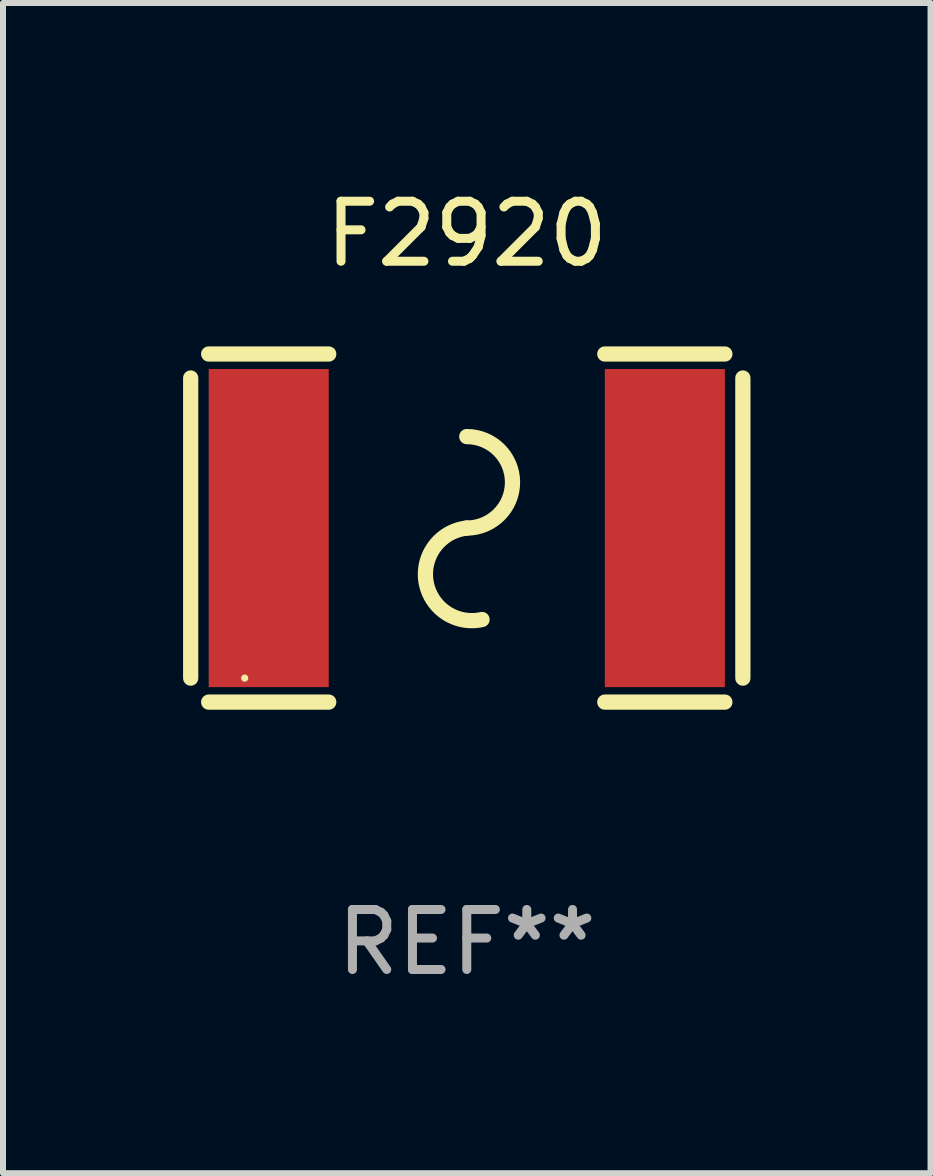
<source format=kicad_pcb>
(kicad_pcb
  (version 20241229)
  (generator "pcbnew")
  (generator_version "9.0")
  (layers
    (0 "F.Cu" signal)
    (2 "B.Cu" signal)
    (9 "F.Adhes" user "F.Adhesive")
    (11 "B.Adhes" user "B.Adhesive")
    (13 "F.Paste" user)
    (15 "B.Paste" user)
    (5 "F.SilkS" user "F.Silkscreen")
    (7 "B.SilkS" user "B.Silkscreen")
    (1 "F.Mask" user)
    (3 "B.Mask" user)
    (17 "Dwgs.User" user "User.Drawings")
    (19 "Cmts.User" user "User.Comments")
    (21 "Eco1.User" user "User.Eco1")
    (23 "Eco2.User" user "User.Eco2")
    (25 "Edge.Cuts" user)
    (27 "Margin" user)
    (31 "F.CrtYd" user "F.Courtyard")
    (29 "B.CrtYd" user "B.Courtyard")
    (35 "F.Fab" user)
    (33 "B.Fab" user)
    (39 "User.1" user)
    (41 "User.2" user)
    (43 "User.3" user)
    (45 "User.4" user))
  (footprint "F2920"
    (layer "F.Cu")
    (at 4.727 5.748)
    (property "Reference" "F2920" (at 0 -4.9 0) (layer "F.SilkS") (effects (font (size 1 1) (thickness 0.15))))
    (attr through_hole)
    (fp_line (start -4.6 -2.5) (end -4.6 2.5) (stroke (width 0.254) (type solid)) (layer "F.SilkS"))
    (fp_line (start -4.3 -2.9) (end -2.3 -2.9) (stroke (width 0.254) (type solid)) (layer "F.SilkS"))
    (fp_line (start -4.3 2.9) (end -2.3 2.9) (stroke (width 0.254) (type solid)) (layer "F.SilkS"))
    (fp_line (start 2.3 -2.9) (end 4.3 -2.9) (stroke (width 0.254) (type solid)) (layer "F.SilkS"))
    (fp_line (start 2.3 2.9) (end 4.3 2.9) (stroke (width 0.254) (type solid)) (layer "F.SilkS"))
    (fp_line (start 4.6 -2.5) (end 4.6 2.5) (stroke (width 0.254) (type solid)) (layer "F.SilkS"))
    (fp_arc (start 0 -1.524003) (mid 0.762001 -0.762002) (end 0 -0.000001) (stroke (width 0.254001) (type solid)) (layer "F.SilkS"))
    (fp_arc (start 0.254001 1.524003) (mid -0.678193 0.896061) (end 0.000273 -0.000031) (stroke (width 0.254001) (type solid)) (layer "F.SilkS"))
    (fp_circle (center -3.7 2.5) (end -3.67 2.5) (stroke (width 0.06) (type solid)) (fill no) (layer "F.SilkS"))
    (fp_text user "REF**" (at 0 6.9 0) (layer "F.Fab") (effects (font (size 1 1) (thickness 0.15))))
    (pad "1" smd rect (at -3.3 0) (size 2 5.3) (layers "F.Cu" "F.Mask" "F.Paste"))
    (pad "2" smd rect (at 3.3 0) (size 2 5.3) (layers "F.Cu" "F.Mask" "F.Paste")))
  (gr_rect
    (start -3 -3)
    (end 12.454 16.497)
    (stroke (width 0.1) (type default))
    (fill no)
    (layer "Edge.Cuts")))
</source>
